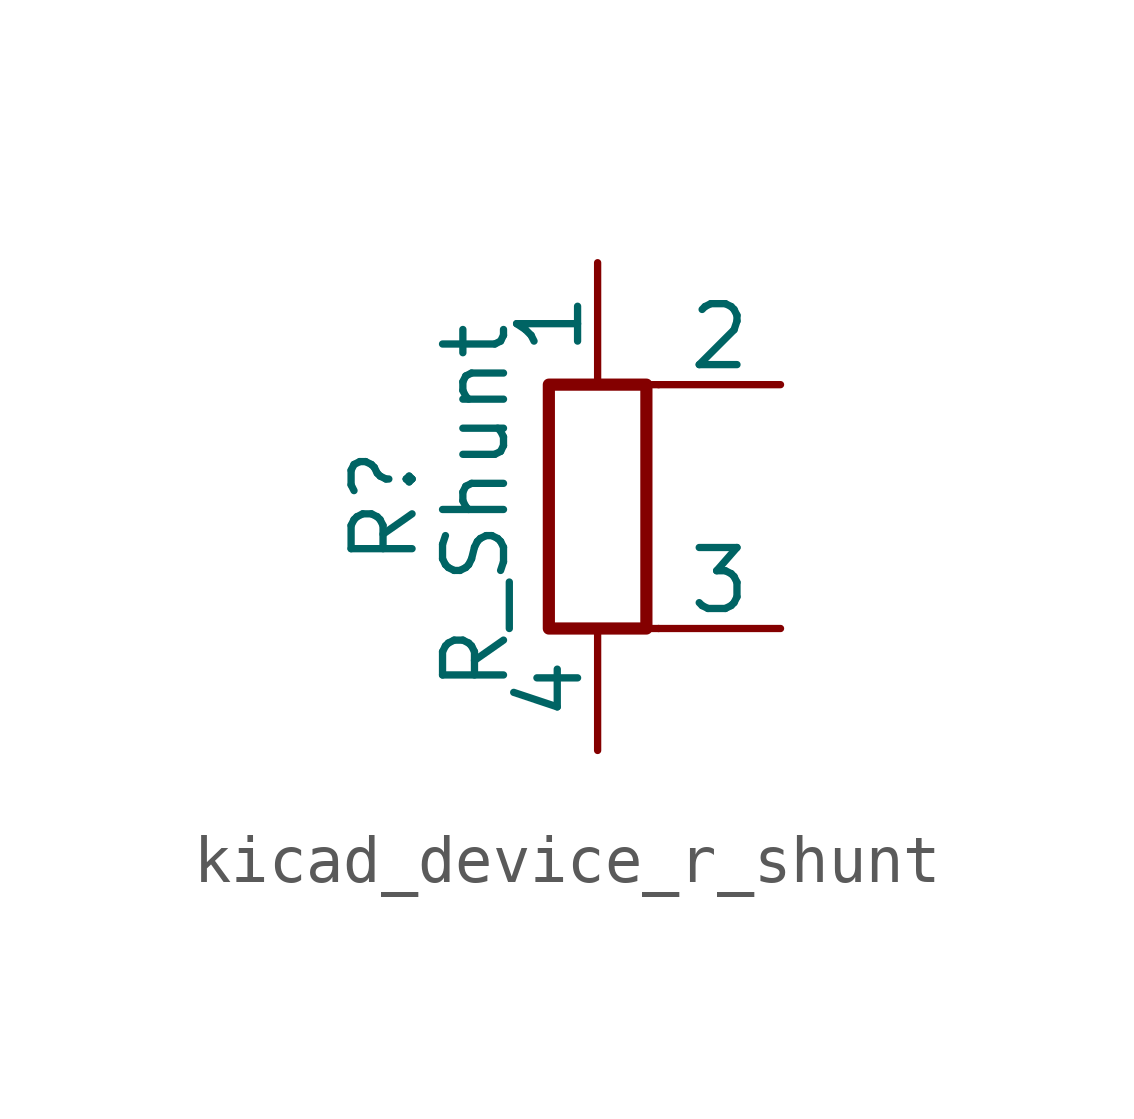
<source format=kicad_sym>
(kicad_symbol_lib
  (version 20220914)
  (generator kicad_symbol_editor)
  (symbol "kicad_device_r_shunt"
    (pin_numbers hide)
    (pin_names
      (offset 0))
    (property "Reference" "R"
      (at -4.445 0 90)
      (effects (font (size 1.27 1.27))))
    (property "Value" "R_Shunt"
      (at -2.54 0 90)
      (effects (font (size 1.27 1.27))))
    (symbol "kicad_device_r_shunt_0_1"
      (rectangle (start -1.016 -2.54) (end 1.016 2.54) (stroke (width 0.254) (type default)) (fill (type none)))
      (polyline (pts (xy 0 -2.54) (xy 1.27 -2.54)) (stroke (width 0) (type default)) (fill (type none)))
      (polyline (pts (xy 1.27 2.54) (xy 0 2.54)) (stroke (width 0) (type default)) (fill (type none))))
    (symbol "kicad_device_r_shunt_1_1"
      (pin passive line (at 0 5.08 270) (length 2.54) (name "1" (effects (font (size 1.27 1.27)))) (number "1" (effects (font (size 1.27 1.27)))))
      (pin passive line (at 3.81 2.54 180) (length 2.54) (name "2" (effects (font (size 1.27 1.27)))) (number "2" (effects (font (size 1.27 1.27)))))
      (pin passive line (at 3.81 -2.54 180) (length 2.54) (name "3" (effects (font (size 1.27 1.27)))) (number "3" (effects (font (size 1.27 1.27)))))
      (pin passive line (at 0 -5.08 90) (length 2.54) (name "4" (effects (font (size 1.27 1.27)))) (number "4" (effects (font (size 1.27 1.27))))))))
</source>
